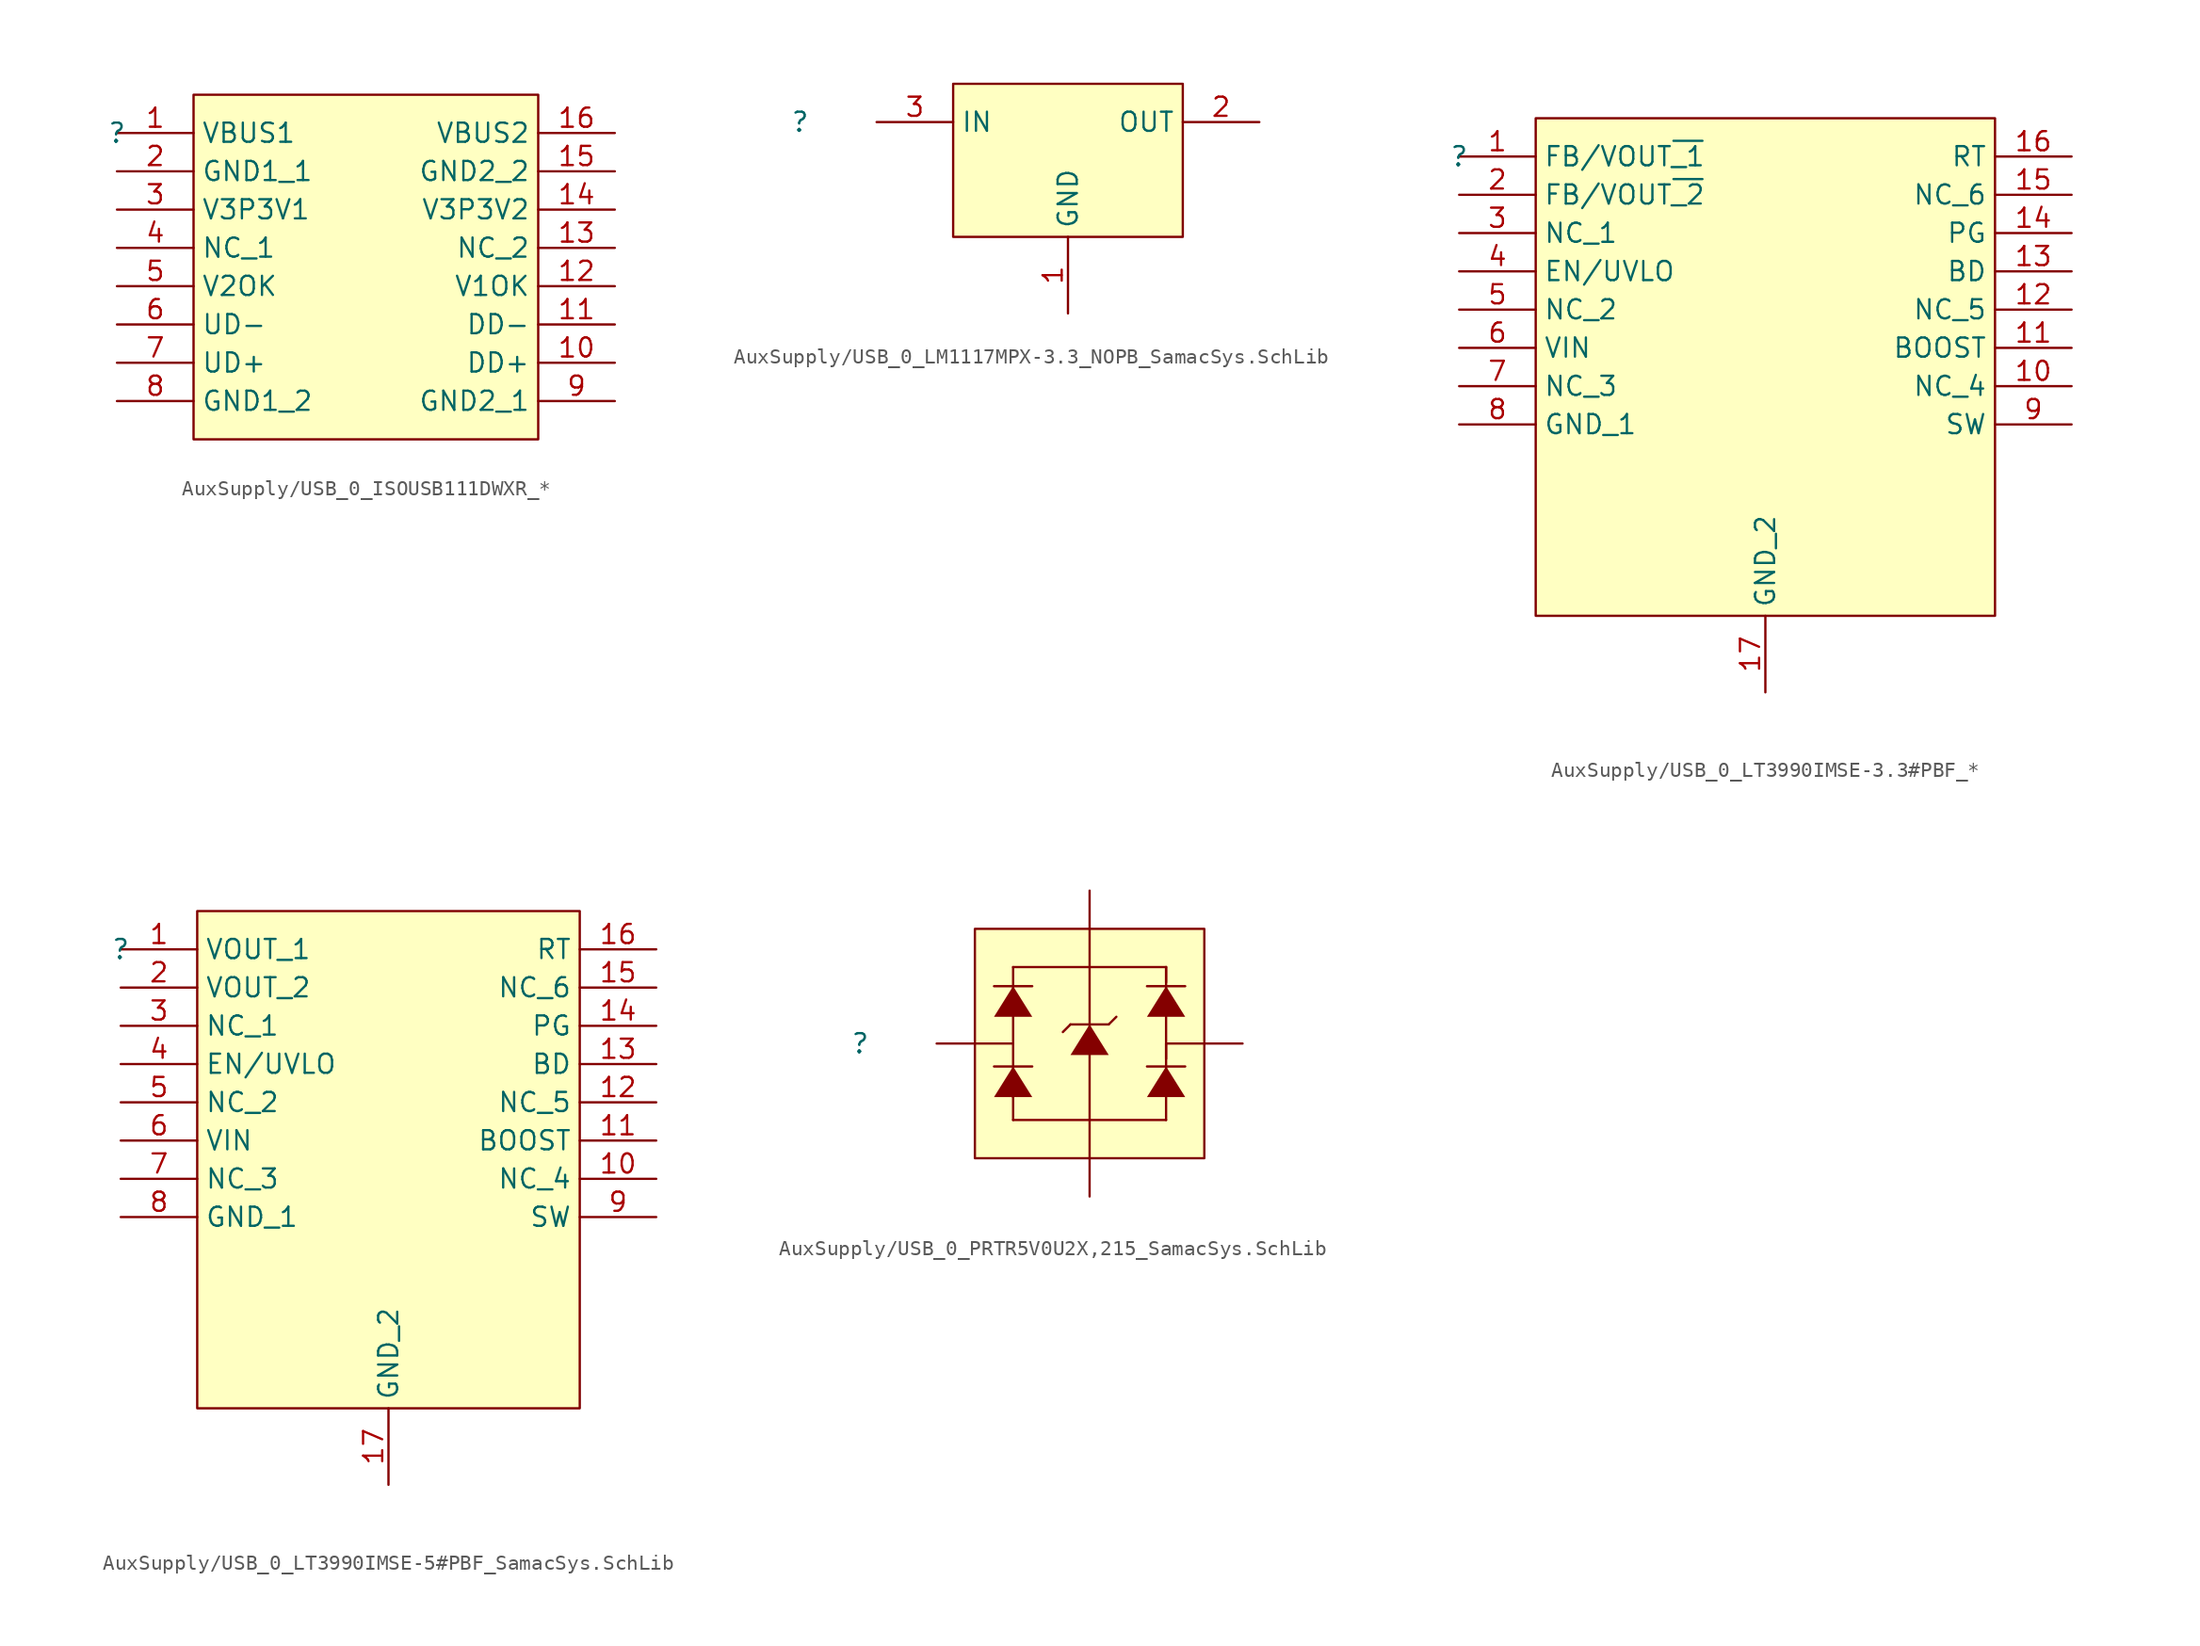
<source format=kicad_sym>
(kicad_symbol_lib
  (version 20241209)
  (generator "kicad_symbol_editor")
  (generator_version "9.0")
  (symbol "AuxSupply/USB_0_ISOUSB111DWXR_*"
    (property "Reference" ""
      (at 0 0 0)
      (effects (font (size 1.27 1.27))))
    (property "Value" ""
      (at 0 0 0)
      (effects (font (size 1.27 1.27))))
    (symbol "AuxSupply/USB_0_ISOUSB111DWXR_*_1_0"
      (rectangle (start 27.94 2.54) (end 5.08 -20.32) (stroke (width 0) (type solid) (color 128 0 0 1)) (fill (type background)))
      (pin passive line (at 0 0 0) (length 5.08) (name "VBUS1" (effects (font (size 1.27 1.27)))) (number "1" (effects (font (size 1.27 1.27)))))
      (pin passive line (at 0 -2.54 0) (length 5.08) (name "GND1_1" (effects (font (size 1.27 1.27)))) (number "2" (effects (font (size 1.27 1.27)))))
      (pin passive line (at 0 -5.08 0) (length 5.08) (name "V3P3V1" (effects (font (size 1.27 1.27)))) (number "3" (effects (font (size 1.27 1.27)))))
      (pin passive line (at 0 -7.62 0) (length 5.08) (name "NC_1" (effects (font (size 1.27 1.27)))) (number "4" (effects (font (size 1.27 1.27)))))
      (pin passive line (at 0 -10.16 0) (length 5.08) (name "V2OK" (effects (font (size 1.27 1.27)))) (number "5" (effects (font (size 1.27 1.27)))))
      (pin passive line (at 0 -12.7 0) (length 5.08) (name "UD-" (effects (font (size 1.27 1.27)))) (number "6" (effects (font (size 1.27 1.27)))))
      (pin passive line (at 0 -15.24 0) (length 5.08) (name "UD+" (effects (font (size 1.27 1.27)))) (number "7" (effects (font (size 1.27 1.27)))))
      (pin passive line (at 0 -17.78 0) (length 5.08) (name "GND1_2" (effects (font (size 1.27 1.27)))) (number "8" (effects (font (size 1.27 1.27)))))
      (pin passive line (at 33.02 0 180) (length 5.08) (name "VBUS2" (effects (font (size 1.27 1.27)))) (number "16" (effects (font (size 1.27 1.27)))))
      (pin passive line (at 33.02 -2.54 180) (length 5.08) (name "GND2_2" (effects (font (size 1.27 1.27)))) (number "15" (effects (font (size 1.27 1.27)))))
      (pin passive line (at 33.02 -5.08 180) (length 5.08) (name "V3P3V2" (effects (font (size 1.27 1.27)))) (number "14" (effects (font (size 1.27 1.27)))))
      (pin passive line (at 33.02 -7.62 180) (length 5.08) (name "NC_2" (effects (font (size 1.27 1.27)))) (number "13" (effects (font (size 1.27 1.27)))))
      (pin passive line (at 33.02 -10.16 180) (length 5.08) (name "V1OK" (effects (font (size 1.27 1.27)))) (number "12" (effects (font (size 1.27 1.27)))))
      (pin passive line (at 33.02 -12.7 180) (length 5.08) (name "DD-" (effects (font (size 1.27 1.27)))) (number "11" (effects (font (size 1.27 1.27)))))
      (pin passive line (at 33.02 -15.24 180) (length 5.08) (name "DD+" (effects (font (size 1.27 1.27)))) (number "10" (effects (font (size 1.27 1.27)))))
      (pin passive line (at 33.02 -17.78 180) (length 5.08) (name "GND2_1" (effects (font (size 1.27 1.27)))) (number "9" (effects (font (size 1.27 1.27)))))))
  (symbol "AuxSupply/USB_0_LM1117MPX-3.3_NOPB_SamacSys.SchLib"
    (property "Reference" ""
      (at 0 0 0)
      (effects (font (size 1.27 1.27))))
    (property "Value" ""
      (at 0 0 0)
      (effects (font (size 1.27 1.27))))
    (symbol "AuxSupply/USB_0_LM1117MPX-3.3_NOPB_SamacSys.SchLib_1_0"
      (rectangle (start 25.4 2.54) (end 10.16 -7.62) (stroke (width 0) (type solid) (color 128 0 0 1)) (fill (type background)))
      (pin passive line (at 5.08 0 0) (length 5.08) (name "IN" (effects (font (size 1.27 1.27)))) (number "3" (effects (font (size 1.27 1.27)))))
      (pin passive line (at 17.78 -12.7 90) (length 5.08) (name "GND" (effects (font (size 1.27 1.27)))) (number "1" (effects (font (size 1.27 1.27)))))
      (pin passive line (at 30.48 0 180) (length 5.08) (name "OUT" (effects (font (size 1.27 1.27)))) (number "2" (effects (font (size 1.27 1.27)))))))
  (symbol "AuxSupply/USB_0_LT3990IMSE-3.3#PBF_*"
    (property "Reference" ""
      (at 0 0 0)
      (effects (font (size 1.27 1.27))))
    (property "Value" ""
      (at 0 0 0)
      (effects (font (size 1.27 1.27))))
    (symbol "AuxSupply/USB_0_LT3990IMSE-3.3#PBF_*_1_0"
      (rectangle (start 35.56 2.54) (end 5.08 -30.48) (stroke (width 0) (type solid) (color 128 0 0 1)) (fill (type background)))
      (pin passive line (at 0 0 0) (length 5.08) (name "FB/VOUT~{_1}" (effects (font (size 1.27 1.27)))) (number "1" (effects (font (size 1.27 1.27)))))
      (pin passive line (at 0 -2.54 0) (length 5.08) (name "FB/VOUT~{_2}" (effects (font (size 1.27 1.27)))) (number "2" (effects (font (size 1.27 1.27)))))
      (pin passive line (at 0 -5.08 0) (length 5.08) (name "NC_1" (effects (font (size 1.27 1.27)))) (number "3" (effects (font (size 1.27 1.27)))))
      (pin passive line (at 0 -7.62 0) (length 5.08) (name "EN/UVLO" (effects (font (size 1.27 1.27)))) (number "4" (effects (font (size 1.27 1.27)))))
      (pin passive line (at 0 -10.16 0) (length 5.08) (name "NC_2" (effects (font (size 1.27 1.27)))) (number "5" (effects (font (size 1.27 1.27)))))
      (pin passive line (at 0 -12.7 0) (length 5.08) (name "VIN" (effects (font (size 1.27 1.27)))) (number "6" (effects (font (size 1.27 1.27)))))
      (pin passive line (at 0 -15.24 0) (length 5.08) (name "NC_3" (effects (font (size 1.27 1.27)))) (number "7" (effects (font (size 1.27 1.27)))))
      (pin passive line (at 0 -17.78 0) (length 5.08) (name "GND_1" (effects (font (size 1.27 1.27)))) (number "8" (effects (font (size 1.27 1.27)))))
      (pin passive line (at 20.32 -35.56 90) (length 5.08) (name "GND_2" (effects (font (size 1.27 1.27)))) (number "17" (effects (font (size 1.27 1.27)))))
      (pin passive line (at 40.64 0 180) (length 5.08) (name "RT" (effects (font (size 1.27 1.27)))) (number "16" (effects (font (size 1.27 1.27)))))
      (pin passive line (at 40.64 -2.54 180) (length 5.08) (name "NC_6" (effects (font (size 1.27 1.27)))) (number "15" (effects (font (size 1.27 1.27)))))
      (pin passive line (at 40.64 -5.08 180) (length 5.08) (name "PG" (effects (font (size 1.27 1.27)))) (number "14" (effects (font (size 1.27 1.27)))))
      (pin passive line (at 40.64 -7.62 180) (length 5.08) (name "BD" (effects (font (size 1.27 1.27)))) (number "13" (effects (font (size 1.27 1.27)))))
      (pin passive line (at 40.64 -10.16 180) (length 5.08) (name "NC_5" (effects (font (size 1.27 1.27)))) (number "12" (effects (font (size 1.27 1.27)))))
      (pin passive line (at 40.64 -12.7 180) (length 5.08) (name "BOOST" (effects (font (size 1.27 1.27)))) (number "11" (effects (font (size 1.27 1.27)))))
      (pin passive line (at 40.64 -15.24 180) (length 5.08) (name "NC_4" (effects (font (size 1.27 1.27)))) (number "10" (effects (font (size 1.27 1.27)))))
      (pin passive line (at 40.64 -17.78 180) (length 5.08) (name "SW" (effects (font (size 1.27 1.27)))) (number "9" (effects (font (size 1.27 1.27)))))))
  (symbol "AuxSupply/USB_0_LT3990IMSE-5#PBF_SamacSys.SchLib"
    (property "Reference" ""
      (at 0 0 0)
      (effects (font (size 1.27 1.27))))
    (property "Value" ""
      (at 0 0 0)
      (effects (font (size 1.27 1.27))))
    (symbol "AuxSupply/USB_0_LT3990IMSE-5#PBF_SamacSys.SchLib_1_0"
      (rectangle (start 30.48 2.54) (end 5.08 -30.48) (stroke (width 0) (type solid) (color 128 0 0 1)) (fill (type background)))
      (pin passive line (at 0 0 0) (length 5.08) (name "VOUT_1" (effects (font (size 1.27 1.27)))) (number "1" (effects (font (size 1.27 1.27)))))
      (pin passive line (at 0 -2.54 0) (length 5.08) (name "VOUT_2" (effects (font (size 1.27 1.27)))) (number "2" (effects (font (size 1.27 1.27)))))
      (pin passive line (at 0 -5.08 0) (length 5.08) (name "NC_1" (effects (font (size 1.27 1.27)))) (number "3" (effects (font (size 1.27 1.27)))))
      (pin passive line (at 0 -7.62 0) (length 5.08) (name "EN/UVLO" (effects (font (size 1.27 1.27)))) (number "4" (effects (font (size 1.27 1.27)))))
      (pin passive line (at 0 -10.16 0) (length 5.08) (name "NC_2" (effects (font (size 1.27 1.27)))) (number "5" (effects (font (size 1.27 1.27)))))
      (pin passive line (at 0 -12.7 0) (length 5.08) (name "VIN" (effects (font (size 1.27 1.27)))) (number "6" (effects (font (size 1.27 1.27)))))
      (pin passive line (at 0 -15.24 0) (length 5.08) (name "NC_3" (effects (font (size 1.27 1.27)))) (number "7" (effects (font (size 1.27 1.27)))))
      (pin passive line (at 0 -17.78 0) (length 5.08) (name "GND_1" (effects (font (size 1.27 1.27)))) (number "8" (effects (font (size 1.27 1.27)))))
      (pin passive line (at 17.78 -35.56 90) (length 5.08) (name "GND_2" (effects (font (size 1.27 1.27)))) (number "17" (effects (font (size 1.27 1.27)))))
      (pin passive line (at 35.56 0 180) (length 5.08) (name "RT" (effects (font (size 1.27 1.27)))) (number "16" (effects (font (size 1.27 1.27)))))
      (pin passive line (at 35.56 -2.54 180) (length 5.08) (name "NC_6" (effects (font (size 1.27 1.27)))) (number "15" (effects (font (size 1.27 1.27)))))
      (pin passive line (at 35.56 -5.08 180) (length 5.08) (name "PG" (effects (font (size 1.27 1.27)))) (number "14" (effects (font (size 1.27 1.27)))))
      (pin passive line (at 35.56 -7.62 180) (length 5.08) (name "BD" (effects (font (size 1.27 1.27)))) (number "13" (effects (font (size 1.27 1.27)))))
      (pin passive line (at 35.56 -10.16 180) (length 5.08) (name "NC_5" (effects (font (size 1.27 1.27)))) (number "12" (effects (font (size 1.27 1.27)))))
      (pin passive line (at 35.56 -12.7 180) (length 5.08) (name "BOOST" (effects (font (size 1.27 1.27)))) (number "11" (effects (font (size 1.27 1.27)))))
      (pin passive line (at 35.56 -15.24 180) (length 5.08) (name "NC_4" (effects (font (size 1.27 1.27)))) (number "10" (effects (font (size 1.27 1.27)))))
      (pin passive line (at 35.56 -17.78 180) (length 5.08) (name "SW" (effects (font (size 1.27 1.27)))) (number "9" (effects (font (size 1.27 1.27)))))))
  (symbol "AuxSupply/USB_0_PRTR5V0U2X,215_SamacSys.SchLib"
    (pin_numbers
      (hide yes))
    (pin_names
      (hide yes))
    (property "Reference" ""
      (at 0 0 0)
      (effects (font (size 1.27 1.27))))
    (property "Value" ""
      (at 0 0 0)
      (effects (font (size 1.27 1.27))))
    (symbol "AuxSupply/USB_0_PRTR5V0U2X,215_SamacSys.SchLib_1_0"
      (polyline (pts (xy 10.16 5.08) (xy 10.16 2.54)) (stroke (width 0) (type solid)) (fill (type none)))
      (polyline (pts (xy 10.16 5.08) (xy 20.32 5.08)) (stroke (width 0) (type solid)) (fill (type none)))
      (polyline (pts (xy 10.16 -2.54) (xy 10.16 2.54)) (stroke (width 0) (type solid)) (fill (type none)))
      (polyline (pts (xy 10.16 -2.54) (xy 10.16 -3.556)) (stroke (width 0) (type solid)) (fill (type none)))
      (polyline (pts (xy 10.16 -2.54) (xy 10.16 -5.08)) (stroke (width 0) (type solid)) (fill (type none)))
      (polyline (pts (xy 11.43 3.81) (xy 8.89 3.81)) (stroke (width 0) (type solid)) (fill (type none)))
      (polyline (pts (xy 11.43 1.778) (xy 8.89 1.778) (xy 11.43 1.778) (xy 10.16 3.81) (xy 8.89 1.778) (xy 11.43 1.778)) (stroke (width -0.0001) (type solid)) (fill (type outline)))
      (polyline (pts (xy 11.43 -1.524) (xy 8.89 -1.524)) (stroke (width 0) (type solid)) (fill (type none)))
      (polyline (pts (xy 11.43 -3.556) (xy 8.89 -3.556) (xy 11.43 -3.556) (xy 10.16 -1.524) (xy 8.89 -3.556) (xy 11.43 -3.556)) (stroke (width -0.0001) (type solid)) (fill (type outline)))
      (polyline (pts (xy 13.462 0.762) (xy 13.97 1.27)) (stroke (width 0) (type solid)) (fill (type none)))
      (polyline (pts (xy 15.24 0) (xy 15.24 5.08)) (stroke (width 0) (type solid)) (fill (type none)))
      (polyline (pts (xy 15.24 0) (xy 15.24 -5.08)) (stroke (width 0) (type solid)) (fill (type none)))
      (polyline (pts (xy 16.51 1.27) (xy 13.97 1.27)) (stroke (width 0) (type solid)) (fill (type none)))
      (polyline (pts (xy 16.51 1.27) (xy 17.018 1.778)) (stroke (width 0) (type solid)) (fill (type none)))
      (polyline (pts (xy 16.51 -0.762) (xy 13.97 -0.762) (xy 16.51 -0.762) (xy 15.24 1.27) (xy 13.97 -0.762) (xy 16.51 -0.762)) (stroke (width -0.0001) (type solid)) (fill (type outline)))
      (polyline (pts (xy 20.32 5.08) (xy 20.32 4.064)) (stroke (width 0) (type solid)) (fill (type none)))
      (polyline (pts (xy 20.32 5.08) (xy 20.32 2.54)) (stroke (width 0) (type solid)) (fill (type none)))
      (polyline (pts (xy 20.32 0) (xy 20.32 -1.016)) (stroke (width 0) (type solid)) (fill (type none)))
      (polyline (pts (xy 20.32 -2.54) (xy 20.32 2.54)) (stroke (width 0) (type solid)) (fill (type none)))
      (polyline (pts (xy 20.32 -2.54) (xy 20.32 -5.08)) (stroke (width 0) (type solid)) (fill (type none)))
      (polyline (pts (xy 20.32 -5.08) (xy 10.16 -5.08)) (stroke (width 0) (type solid)) (fill (type none)))
      (polyline (pts (xy 21.59 3.81) (xy 19.05 3.81)) (stroke (width 0) (type solid)) (fill (type none)))
      (polyline (pts (xy 21.59 1.778) (xy 19.05 1.778) (xy 21.59 1.778) (xy 20.32 3.81) (xy 19.05 1.778) (xy 21.59 1.778)) (stroke (width -0.0001) (type solid)) (fill (type outline)))
      (polyline (pts (xy 21.59 -1.524) (xy 19.05 -1.524)) (stroke (width 0) (type solid)) (fill (type none)))
      (polyline (pts (xy 21.59 -3.556) (xy 19.05 -3.556) (xy 21.59 -3.556) (xy 20.32 -1.524) (xy 19.05 -3.556) (xy 21.59 -3.556)) (stroke (width -0.0001) (type solid)) (fill (type outline)))
      (rectangle (start 22.86 7.62) (end 7.62 -7.62) (stroke (width 0) (type solid) (color 128 0 0 1)) (fill (type background)))
      (pin passive line (at 5.08 0 0) (length 5.08) (name "input/output_1" (effects (font (size 1.27 1.27)))) (number "2" (effects (font (size 1.27 1.27)))))
      (pin passive line (at 15.24 10.16 270) (length 5.08) (name "supply_voltage" (effects (font (size 1.27 1.27)))) (number "4" (effects (font (size 1.27 1.27)))))
      (pin passive line (at 15.24 -10.16 90) (length 5.08) (name "ground" (effects (font (size 1.27 1.27)))) (number "1" (effects (font (size 1.27 1.27)))))
      (pin passive line (at 25.4 0 180) (length 5.08) (name "input/output_2" (effects (font (size 1.27 1.27)))) (number "3" (effects (font (size 1.27 1.27))))))))
</source>
